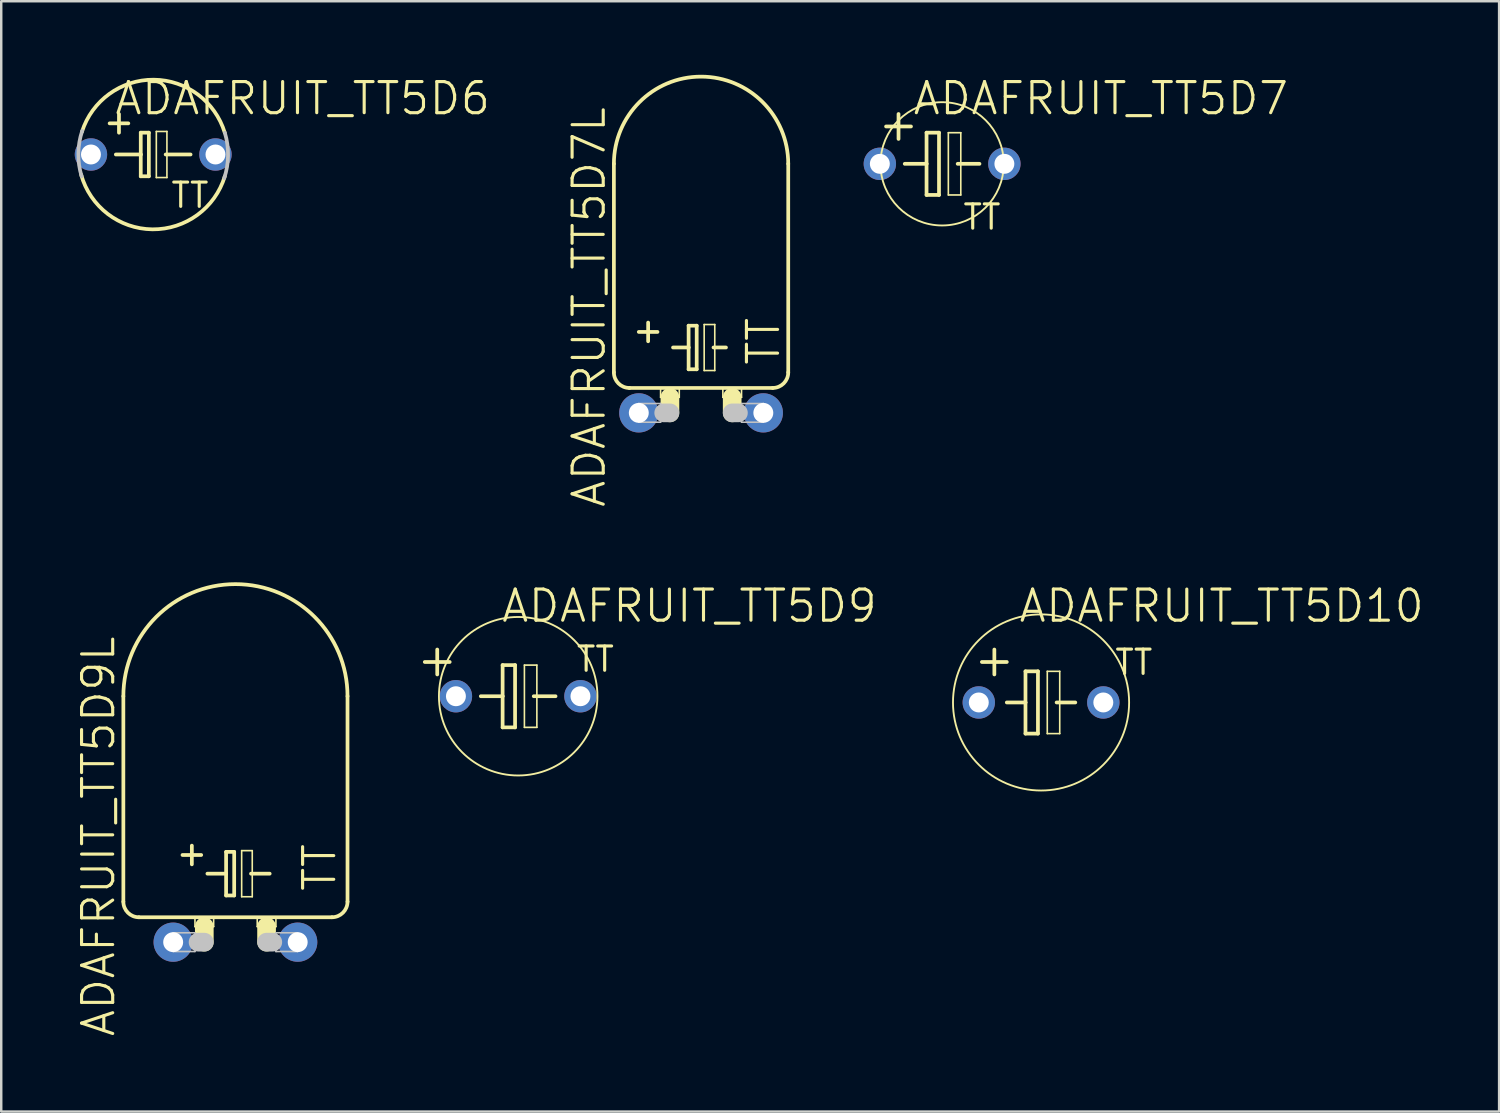
<source format=kicad_pcb>
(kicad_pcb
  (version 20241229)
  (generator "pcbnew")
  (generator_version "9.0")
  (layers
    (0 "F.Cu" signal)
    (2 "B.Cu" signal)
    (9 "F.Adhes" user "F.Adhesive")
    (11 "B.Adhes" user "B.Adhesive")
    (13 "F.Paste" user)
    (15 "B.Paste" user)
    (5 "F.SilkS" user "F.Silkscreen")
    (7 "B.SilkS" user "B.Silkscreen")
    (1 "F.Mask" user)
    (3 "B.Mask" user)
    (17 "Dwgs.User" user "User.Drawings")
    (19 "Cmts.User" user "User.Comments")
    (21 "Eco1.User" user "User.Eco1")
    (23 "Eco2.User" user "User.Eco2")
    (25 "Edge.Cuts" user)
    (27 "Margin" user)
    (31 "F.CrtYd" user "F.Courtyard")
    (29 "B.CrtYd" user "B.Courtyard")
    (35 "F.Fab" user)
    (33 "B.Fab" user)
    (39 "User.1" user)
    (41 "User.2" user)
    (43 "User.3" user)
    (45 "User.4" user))
  (footprint "ADAFRUIT_TT5D10"
    (layer "F.Cu")
    (at 39.417 25.605)
    (property "Reference" "ADAFRUIT_TT5D10" (at 7.366 -3.937 0) (layer "F.SilkS") (effects (font (size 1.27 1.27) (thickness 0.127))))
    (attr exclude_from_pos_files exclude_from_bom)
    (fp_line (start -2.413 -1.651) (end -1.397 -1.651) (stroke (width 0.152) (type solid)) (layer "F.SilkS"))
    (fp_line (start -1.905 -1.143) (end -1.905 -2.159) (stroke (width 0.152) (type solid)) (layer "F.SilkS"))
    (fp_line (start -1.397 0) (end -0.635 0) (stroke (width 0.152) (type solid)) (layer "F.SilkS"))
    (fp_line (start -0.635 -1.27) (end -0.635 0) (stroke (width 0.152) (type solid)) (layer "F.SilkS"))
    (fp_line (start -0.635 0) (end -0.635 1.27) (stroke (width 0.152) (type solid)) (layer "F.SilkS"))
    (fp_line (start -0.635 1.27) (end -0.127 1.27) (stroke (width 0.152) (type solid)) (layer "F.SilkS"))
    (fp_line (start -0.127 -1.27) (end -0.635 -1.27) (stroke (width 0.152) (type solid)) (layer "F.SilkS"))
    (fp_line (start -0.127 1.27) (end -0.127 -1.27) (stroke (width 0.152) (type solid)) (layer "F.SilkS"))
    (fp_line (start 0.254 -1.27) (end 0.762 -1.27) (stroke (width 0.066) (type solid)) (layer "F.SilkS"))
    (fp_line (start 0.254 1.27) (end 0.254 -1.27) (stroke (width 0.066) (type solid)) (layer "F.SilkS"))
    (fp_line (start 0.254 1.27) (end 0.762 1.27) (stroke (width 0.066) (type solid)) (layer "F.SilkS"))
    (fp_line (start 0.635 0) (end 1.397 0) (stroke (width 0.152) (type solid)) (layer "F.SilkS"))
    (fp_line (start 0.762 1.27) (end 0.762 -1.27) (stroke (width 0.066) (type solid)) (layer "F.SilkS"))
    (fp_circle (center 0 0) (end -2.54 2.54) (stroke (width 0.076) (type solid)) (fill no) (layer "F.SilkS"))
    (fp_text user "TT" (at 3.785 -1.638 0) (layer "F.SilkS") (effects (font (size 0.991 0.991) (thickness 0.127))))
    (pad "+" thru_hole circle (at -2.54 0) (size 1.321 1.321) (drill 0.813) (layers "*.Cu" "*.Paste" "*.Mask"))
    (pad "-" thru_hole circle (at 2.54 0) (size 1.321 1.321) (drill 0.813) (layers "*.Cu" "*.Paste" "*.Mask")))
  (footprint "ADAFRUIT_TT5D9"
    (layer "F.Cu")
    (at 18.088 25.351)
    (property "Reference" "ADAFRUIT_TT5D9" (at 6.985 -3.683 0) (layer "F.SilkS") (effects (font (size 1.27 1.27) (thickness 0.127))))
    (attr exclude_from_pos_files exclude_from_bom)
    (fp_line (start -3.302 -1.905) (end -3.302 -0.889) (stroke (width 0.152) (type solid)) (layer "F.SilkS"))
    (fp_line (start -2.794 -1.397) (end -3.81 -1.397) (stroke (width 0.152) (type solid)) (layer "F.SilkS"))
    (fp_line (start -1.524 0) (end -0.635 0) (stroke (width 0.152) (type solid)) (layer "F.SilkS"))
    (fp_line (start -0.635 -1.27) (end -0.635 0) (stroke (width 0.152) (type solid)) (layer "F.SilkS"))
    (fp_line (start -0.635 0) (end -0.635 1.27) (stroke (width 0.152) (type solid)) (layer "F.SilkS"))
    (fp_line (start -0.635 1.27) (end -0.127 1.27) (stroke (width 0.152) (type solid)) (layer "F.SilkS"))
    (fp_line (start -0.127 -1.27) (end -0.635 -1.27) (stroke (width 0.152) (type solid)) (layer "F.SilkS"))
    (fp_line (start -0.127 1.27) (end -0.127 -1.27) (stroke (width 0.152) (type solid)) (layer "F.SilkS"))
    (fp_line (start 0.254 -1.27) (end 0.762 -1.27) (stroke (width 0.066) (type solid)) (layer "F.SilkS"))
    (fp_line (start 0.254 1.27) (end 0.254 -1.27) (stroke (width 0.066) (type solid)) (layer "F.SilkS"))
    (fp_line (start 0.254 1.27) (end 0.762 1.27) (stroke (width 0.066) (type solid)) (layer "F.SilkS"))
    (fp_line (start 0.635 0) (end 1.524 0) (stroke (width 0.152) (type solid)) (layer "F.SilkS"))
    (fp_line (start 0.762 1.27) (end 0.762 -1.27) (stroke (width 0.066) (type solid)) (layer "F.SilkS"))
    (fp_circle (center 0 0) (end -2.286 2.286) (stroke (width 0.076) (type solid)) (fill no) (layer "F.SilkS"))
    (fp_text user "TT" (at 3.15 -1.511 0) (layer "F.SilkS") (effects (font (size 0.991 0.991) (thickness 0.127))))
    (pad "+" thru_hole circle (at -2.54 0) (size 1.321 1.321) (drill 0.813) (layers "*.Cu" "*.Paste" "*.Mask"))
    (pad "-" thru_hole circle (at 2.54 0) (size 1.321 1.321) (drill 0.813) (layers "*.Cu" "*.Paste" "*.Mask")))
  (footprint "ADAFRUIT_TT5D9L"
    (layer "F.Cu")
    (at 6.554 35.383)
    (property "Reference" "ADAFRUIT_TT5D9L" (at -5.588 -4.318 90) (layer "F.SilkS") (effects (font (size 1.27 1.27) (thickness 0.127))))
    (attr exclude_from_pos_files exclude_from_bom)
    (fp_line (start -4.572 -10.033) (end -4.572 -1.651) (stroke (width 0.152) (type solid)) (layer "F.SilkS"))
    (fp_line (start -3.937 -1.016) (end 3.937 -1.016) (stroke (width 0.152) (type solid)) (layer "F.SilkS"))
    (fp_line (start -2.159 -3.556) (end -1.397 -3.556) (stroke (width 0.152) (type solid)) (layer "F.SilkS"))
    (fp_line (start -1.778 -3.937) (end -1.778 -3.175) (stroke (width 0.152) (type solid)) (layer "F.SilkS"))
    (fp_line (start -1.651 -1.016) (end -0.889 -1.016) (stroke (width 0.066) (type solid)) (layer "F.SilkS"))
    (fp_line (start -1.651 -0.635) (end -1.651 -1.016) (stroke (width 0.066) (type solid)) (layer "F.SilkS"))
    (fp_line (start -1.651 -0.635) (end -0.889 -0.635) (stroke (width 0.066) (type solid)) (layer "F.SilkS"))
    (fp_line (start -1.27 -0.635) (end -1.27 0) (stroke (width 0.762) (type solid)) (layer "F.SilkS"))
    (fp_line (start -1.143 -2.794) (end -0.381 -2.794) (stroke (width 0.152) (type solid)) (layer "F.SilkS"))
    (fp_line (start -0.889 -0.635) (end -0.889 -1.016) (stroke (width 0.066) (type solid)) (layer "F.SilkS"))
    (fp_line (start -0.381 -3.683) (end -0.381 -2.794) (stroke (width 0.152) (type solid)) (layer "F.SilkS"))
    (fp_line (start -0.381 -2.794) (end -0.381 -1.905) (stroke (width 0.152) (type solid)) (layer "F.SilkS"))
    (fp_line (start -0.381 -1.905) (end -0.051 -1.905) (stroke (width 0.152) (type solid)) (layer "F.SilkS"))
    (fp_line (start -0.051 -3.683) (end -0.381 -3.683) (stroke (width 0.152) (type solid)) (layer "F.SilkS"))
    (fp_line (start -0.051 -1.905) (end -0.051 -3.683) (stroke (width 0.152) (type solid)) (layer "F.SilkS"))
    (fp_line (start 0.254 -3.734) (end 0.686 -3.734) (stroke (width 0.066) (type solid)) (layer "F.SilkS"))
    (fp_line (start 0.254 -1.854) (end 0.254 -3.734) (stroke (width 0.066) (type solid)) (layer "F.SilkS"))
    (fp_line (start 0.254 -1.854) (end 0.686 -1.854) (stroke (width 0.066) (type solid)) (layer "F.SilkS"))
    (fp_line (start 0.635 -2.794) (end 1.397 -2.794) (stroke (width 0.152) (type solid)) (layer "F.SilkS"))
    (fp_line (start 0.686 -1.854) (end 0.686 -3.734) (stroke (width 0.066) (type solid)) (layer "F.SilkS"))
    (fp_line (start 0.889 -1.016) (end 1.651 -1.016) (stroke (width 0.066) (type solid)) (layer "F.SilkS"))
    (fp_line (start 0.889 -0.635) (end 0.889 -1.016) (stroke (width 0.066) (type solid)) (layer "F.SilkS"))
    (fp_line (start 0.889 -0.635) (end 1.651 -0.635) (stroke (width 0.066) (type solid)) (layer "F.SilkS"))
    (fp_line (start 1.27 -0.635) (end 1.27 0) (stroke (width 0.762) (type solid)) (layer "F.SilkS"))
    (fp_line (start 1.651 -0.635) (end 1.651 -1.016) (stroke (width 0.066) (type solid)) (layer "F.SilkS"))
    (fp_line (start 4.572 -10.033) (end 4.572 -1.651) (stroke (width 0.152) (type solid)) (layer "F.SilkS"))
    (fp_arc (start -4.572 -10.033) (mid 0 -14.605) (end 4.572 -10.033) (stroke (width 0.1524) (type solid)) (layer "F.SilkS"))
    (fp_arc (start -3.937 -1.016) (mid -4.386013 -1.201987) (end -4.572 -1.651) (stroke (width 0.1524) (type solid)) (layer "F.SilkS"))
    (fp_arc (start 4.572 -1.651) (mid 4.386013 -1.201987) (end 3.937 -1.016) (stroke (width 0.1524) (type solid)) (layer "F.SilkS"))
    (fp_line (start -2.54 -0.381) (end -1.651 -0.381) (stroke (width 0.066) (type solid)) (layer "Dwgs.User"))
    (fp_line (start -2.54 0.381) (end -2.54 -0.381) (stroke (width 0.066) (type solid)) (layer "Dwgs.User"))
    (fp_line (start -2.54 0.381) (end -1.651 0.381) (stroke (width 0.066) (type solid)) (layer "Dwgs.User"))
    (fp_line (start -1.651 0.381) (end -1.651 -0.381) (stroke (width 0.066) (type solid)) (layer "Dwgs.User"))
    (fp_line (start -1.524 0) (end -1.27 0) (stroke (width 0.762) (type solid)) (layer "Dwgs.User"))
    (fp_line (start 1.524 0) (end 1.27 0) (stroke (width 0.762) (type solid)) (layer "Dwgs.User"))
    (fp_line (start 1.651 -0.381) (end 2.54 -0.381) (stroke (width 0.066) (type solid)) (layer "Dwgs.User"))
    (fp_line (start 1.651 0.381) (end 1.651 -0.381) (stroke (width 0.066) (type solid)) (layer "Dwgs.User"))
    (fp_line (start 1.651 0.381) (end 2.54 0.381) (stroke (width 0.066) (type solid)) (layer "Dwgs.User"))
    (fp_line (start 2.54 0.381) (end 2.54 -0.381) (stroke (width 0.066) (type solid)) (layer "Dwgs.User"))
    (fp_text user "TT" (at 3.429 -3.048 90) (layer "F.SilkS") (effects (font (size 1.27 1.27) (thickness 0.127))))
    (pad "+" thru_hole circle (at -2.54 0) (size 1.6 1.6) (drill 0.813) (layers "*.Cu" "*.Paste" "*.Mask"))
    (pad "-" thru_hole circle (at 2.54 0) (size 1.6 1.6) (drill 0.813) (layers "*.Cu" "*.Paste" "*.Mask")))
  (footprint "ADAFRUIT_TT5D6"
    (layer "F.Cu")
    (at 3.2 3.252)
    (property "Reference" "ADAFRUIT_TT5D6" (at 6.096 -2.286 0) (layer "F.SilkS") (effects (font (size 1.27 1.27) (thickness 0.127))))
    (attr exclude_from_pos_files exclude_from_bom)
    (fp_line (start -1.778 -1.27) (end -1.016 -1.27) (stroke (width 0.152) (type solid)) (layer "F.SilkS"))
    (fp_line (start -1.524 0) (end -0.508 0) (stroke (width 0.152) (type solid)) (layer "F.SilkS"))
    (fp_line (start -1.397 -1.651) (end -1.397 -0.889) (stroke (width 0.152) (type solid)) (layer "F.SilkS"))
    (fp_line (start -0.508 -0.889) (end -0.508 0) (stroke (width 0.152) (type solid)) (layer "F.SilkS"))
    (fp_line (start -0.508 0) (end -0.508 0.889) (stroke (width 0.152) (type solid)) (layer "F.SilkS"))
    (fp_line (start -0.508 0.889) (end -0.178 0.889) (stroke (width 0.152) (type solid)) (layer "F.SilkS"))
    (fp_line (start -0.178 -0.889) (end -0.508 -0.889) (stroke (width 0.152) (type solid)) (layer "F.SilkS"))
    (fp_line (start -0.178 0.889) (end -0.178 -0.889) (stroke (width 0.152) (type solid)) (layer "F.SilkS"))
    (fp_line (start 0.127 -0.94) (end 0.559 -0.94) (stroke (width 0.066) (type solid)) (layer "F.SilkS"))
    (fp_line (start 0.127 0.94) (end 0.127 -0.94) (stroke (width 0.066) (type solid)) (layer "F.SilkS"))
    (fp_line (start 0.127 0.94) (end 0.559 0.94) (stroke (width 0.066) (type solid)) (layer "F.SilkS"))
    (fp_line (start 0.508 0) (end 1.524 0) (stroke (width 0.152) (type solid)) (layer "F.SilkS"))
    (fp_line (start 0.559 0.94) (end 0.559 -0.94) (stroke (width 0.066) (type solid)) (layer "F.SilkS"))
    (fp_arc (start -2.90576 -0.92964) (mid 0.020821 -3.050777) (end 2.918178 -0.889892) (stroke (width 0.1524) (type solid)) (layer "F.SilkS"))
    (fp_arc (start 2.921 0.889) (mid -0.03344 3.053104) (end -2.939771 0.824809) (stroke (width 0.1524) (type solid)) (layer "F.SilkS"))
    (fp_arc (start -2.921 0.889) (mid -3.053044 -0.0385) (end -2.897653 -0.962376) (stroke (width 0.1524) (type solid)) (layer "Dwgs.User"))
    (fp_arc (start 2.921 -0.889) (mid 3.053044 0.0385) (end 2.897653 0.962376) (stroke (width 0.1524) (type solid)) (layer "Dwgs.User"))
    (fp_text user "TT" (at 1.499 1.664 0) (layer "F.SilkS") (effects (font (size 0.991 0.991) (thickness 0.127))))
    (pad "+" thru_hole circle (at -2.54 0) (size 1.321 1.321) (drill 0.813) (layers "*.Cu" "*.Paste" "*.Mask"))
    (pad "-" thru_hole circle (at 2.54 0) (size 1.321 1.321) (drill 0.813) (layers "*.Cu" "*.Paste" "*.Mask")))
  (footprint "ADAFRUIT_TT5D7L"
    (layer "F.Cu")
    (at 25.548 13.792)
    (property "Reference" "ADAFRUIT_TT5D7L" (at -4.572 -4.318 90) (layer "F.SilkS") (effects (font (size 1.27 1.27) (thickness 0.127))))
    (attr exclude_from_pos_files exclude_from_bom)
    (fp_line (start -3.556 -10.16) (end -3.556 -1.651) (stroke (width 0.152) (type solid)) (layer "F.SilkS"))
    (fp_line (start -2.921 -1.016) (end 2.921 -1.016) (stroke (width 0.152) (type solid)) (layer "F.SilkS"))
    (fp_line (start -2.54 -3.302) (end -1.778 -3.302) (stroke (width 0.152) (type solid)) (layer "F.SilkS"))
    (fp_line (start -2.159 -3.683) (end -2.159 -2.921) (stroke (width 0.152) (type solid)) (layer "F.SilkS"))
    (fp_line (start -1.651 -1.016) (end -0.889 -1.016) (stroke (width 0.066) (type solid)) (layer "F.SilkS"))
    (fp_line (start -1.651 -0.635) (end -1.651 -1.016) (stroke (width 0.066) (type solid)) (layer "F.SilkS"))
    (fp_line (start -1.651 -0.635) (end -0.889 -0.635) (stroke (width 0.066) (type solid)) (layer "F.SilkS"))
    (fp_line (start -1.27 -0.635) (end -1.27 0) (stroke (width 0.762) (type solid)) (layer "F.SilkS"))
    (fp_line (start -1.143 -2.667) (end -0.508 -2.667) (stroke (width 0.152) (type solid)) (layer "F.SilkS"))
    (fp_line (start -0.889 -0.635) (end -0.889 -1.016) (stroke (width 0.066) (type solid)) (layer "F.SilkS"))
    (fp_line (start -0.508 -3.556) (end -0.508 -2.667) (stroke (width 0.152) (type solid)) (layer "F.SilkS"))
    (fp_line (start -0.508 -2.667) (end -0.508 -1.778) (stroke (width 0.152) (type solid)) (layer "F.SilkS"))
    (fp_line (start -0.508 -1.778) (end -0.178 -1.778) (stroke (width 0.152) (type solid)) (layer "F.SilkS"))
    (fp_line (start -0.178 -3.556) (end -0.508 -3.556) (stroke (width 0.152) (type solid)) (layer "F.SilkS"))
    (fp_line (start -0.178 -1.778) (end -0.178 -3.556) (stroke (width 0.152) (type solid)) (layer "F.SilkS"))
    (fp_line (start 0.127 -3.604) (end 0.559 -3.604) (stroke (width 0.066) (type solid)) (layer "F.SilkS"))
    (fp_line (start 0.127 -1.727) (end 0.127 -3.604) (stroke (width 0.066) (type solid)) (layer "F.SilkS"))
    (fp_line (start 0.127 -1.727) (end 0.559 -1.727) (stroke (width 0.066) (type solid)) (layer "F.SilkS"))
    (fp_line (start 0.508 -2.667) (end 1.016 -2.667) (stroke (width 0.152) (type solid)) (layer "F.SilkS"))
    (fp_line (start 0.559 -1.727) (end 0.559 -3.604) (stroke (width 0.066) (type solid)) (layer "F.SilkS"))
    (fp_line (start 0.889 -1.016) (end 1.651 -1.016) (stroke (width 0.066) (type solid)) (layer "F.SilkS"))
    (fp_line (start 0.889 -0.635) (end 0.889 -1.016) (stroke (width 0.066) (type solid)) (layer "F.SilkS"))
    (fp_line (start 0.889 -0.635) (end 1.651 -0.635) (stroke (width 0.066) (type solid)) (layer "F.SilkS"))
    (fp_line (start 1.27 -0.635) (end 1.27 0) (stroke (width 0.762) (type solid)) (layer "F.SilkS"))
    (fp_line (start 1.651 -0.635) (end 1.651 -1.016) (stroke (width 0.066) (type solid)) (layer "F.SilkS"))
    (fp_line (start 3.556 -10.16) (end 3.556 -1.651) (stroke (width 0.152) (type solid)) (layer "F.SilkS"))
    (fp_arc (start -3.556 -10.16) (mid 0 -13.716) (end 3.556 -10.16) (stroke (width 0.1524) (type solid)) (layer "F.SilkS"))
    (fp_arc (start -2.921 -1.016) (mid -3.370013 -1.201987) (end -3.556 -1.651) (stroke (width 0.1524) (type solid)) (layer "F.SilkS"))
    (fp_arc (start 3.556 -1.651) (mid 3.370013 -1.201987) (end 2.921 -1.016) (stroke (width 0.1524) (type solid)) (layer "F.SilkS"))
    (fp_line (start -2.54 -0.381) (end -1.651 -0.381) (stroke (width 0.066) (type solid)) (layer "Dwgs.User"))
    (fp_line (start -2.54 0.381) (end -2.54 -0.381) (stroke (width 0.066) (type solid)) (layer "Dwgs.User"))
    (fp_line (start -2.54 0.381) (end -1.651 0.381) (stroke (width 0.066) (type solid)) (layer "Dwgs.User"))
    (fp_line (start -1.651 0.381) (end -1.651 -0.381) (stroke (width 0.066) (type solid)) (layer "Dwgs.User"))
    (fp_line (start -1.524 0) (end -1.27 0) (stroke (width 0.762) (type solid)) (layer "Dwgs.User"))
    (fp_line (start 1.524 0) (end 1.27 0) (stroke (width 0.762) (type solid)) (layer "Dwgs.User"))
    (fp_line (start 1.651 -0.381) (end 2.54 -0.381) (stroke (width 0.066) (type solid)) (layer "Dwgs.User"))
    (fp_line (start 1.651 0.381) (end 1.651 -0.381) (stroke (width 0.066) (type solid)) (layer "Dwgs.User"))
    (fp_line (start 1.651 0.381) (end 2.54 0.381) (stroke (width 0.066) (type solid)) (layer "Dwgs.User"))
    (fp_line (start 2.54 0.381) (end 2.54 -0.381) (stroke (width 0.066) (type solid)) (layer "Dwgs.User"))
    (fp_text user "TT" (at 2.54 -2.921 90) (layer "F.SilkS") (effects (font (size 1.27 1.27) (thickness 0.127))))
    (pad "+" thru_hole circle (at -2.54 0) (size 1.6 1.6) (drill 0.813) (layers "*.Cu" "*.Paste" "*.Mask"))
    (pad "-" thru_hole circle (at 2.54 0) (size 1.6 1.6) (drill 0.813) (layers "*.Cu" "*.Paste" "*.Mask")))
  (footprint "ADAFRUIT_TT5D7"
    (layer "F.Cu")
    (at 35.381 3.633)
    (property "Reference" "ADAFRUIT_TT5D7" (at 6.477 -2.667 0) (layer "F.SilkS") (effects (font (size 1.27 1.27) (thickness 0.127))))
    (attr exclude_from_pos_files exclude_from_bom)
    (fp_line (start -2.286 -1.524) (end -1.27 -1.524) (stroke (width 0.152) (type solid)) (layer "F.SilkS"))
    (fp_line (start -1.778 -1.016) (end -1.778 -2.032) (stroke (width 0.152) (type solid)) (layer "F.SilkS"))
    (fp_line (start -1.524 0) (end -0.635 0) (stroke (width 0.152) (type solid)) (layer "F.SilkS"))
    (fp_line (start -0.635 -1.27) (end -0.635 0) (stroke (width 0.152) (type solid)) (layer "F.SilkS"))
    (fp_line (start -0.635 0) (end -0.635 1.27) (stroke (width 0.152) (type solid)) (layer "F.SilkS"))
    (fp_line (start -0.635 1.27) (end -0.127 1.27) (stroke (width 0.152) (type solid)) (layer "F.SilkS"))
    (fp_line (start -0.127 -1.27) (end -0.635 -1.27) (stroke (width 0.152) (type solid)) (layer "F.SilkS"))
    (fp_line (start -0.127 1.27) (end -0.127 -1.27) (stroke (width 0.152) (type solid)) (layer "F.SilkS"))
    (fp_line (start 0.254 -1.27) (end 0.762 -1.27) (stroke (width 0.066) (type solid)) (layer "F.SilkS"))
    (fp_line (start 0.254 1.27) (end 0.254 -1.27) (stroke (width 0.066) (type solid)) (layer "F.SilkS"))
    (fp_line (start 0.254 1.27) (end 0.762 1.27) (stroke (width 0.066) (type solid)) (layer "F.SilkS"))
    (fp_line (start 0.635 0) (end 1.524 0) (stroke (width 0.152) (type solid)) (layer "F.SilkS"))
    (fp_line (start 0.762 1.27) (end 0.762 -1.27) (stroke (width 0.066) (type solid)) (layer "F.SilkS"))
    (fp_circle (center 0 0) (end -1.778 1.778) (stroke (width 0.076) (type solid)) (fill no) (layer "F.SilkS"))
    (fp_text user "TT" (at 1.626 2.172 0) (layer "F.SilkS") (effects (font (size 0.991 0.991) (thickness 0.127))))
    (pad "+" thru_hole circle (at -2.54 0) (size 1.321 1.321) (drill 0.813) (layers "*.Cu" "*.Paste" "*.Mask"))
    (pad "-" thru_hole circle (at 2.54 0) (size 1.321 1.321) (drill 0.813) (layers "*.Cu" "*.Paste" "*.Mask")))
  (gr_rect
    (start -3 -3)
    (end 58.102 42.293)
    (stroke (width 0.1) (type default))
    (fill no)
    (layer "Edge.Cuts")))
</source>
